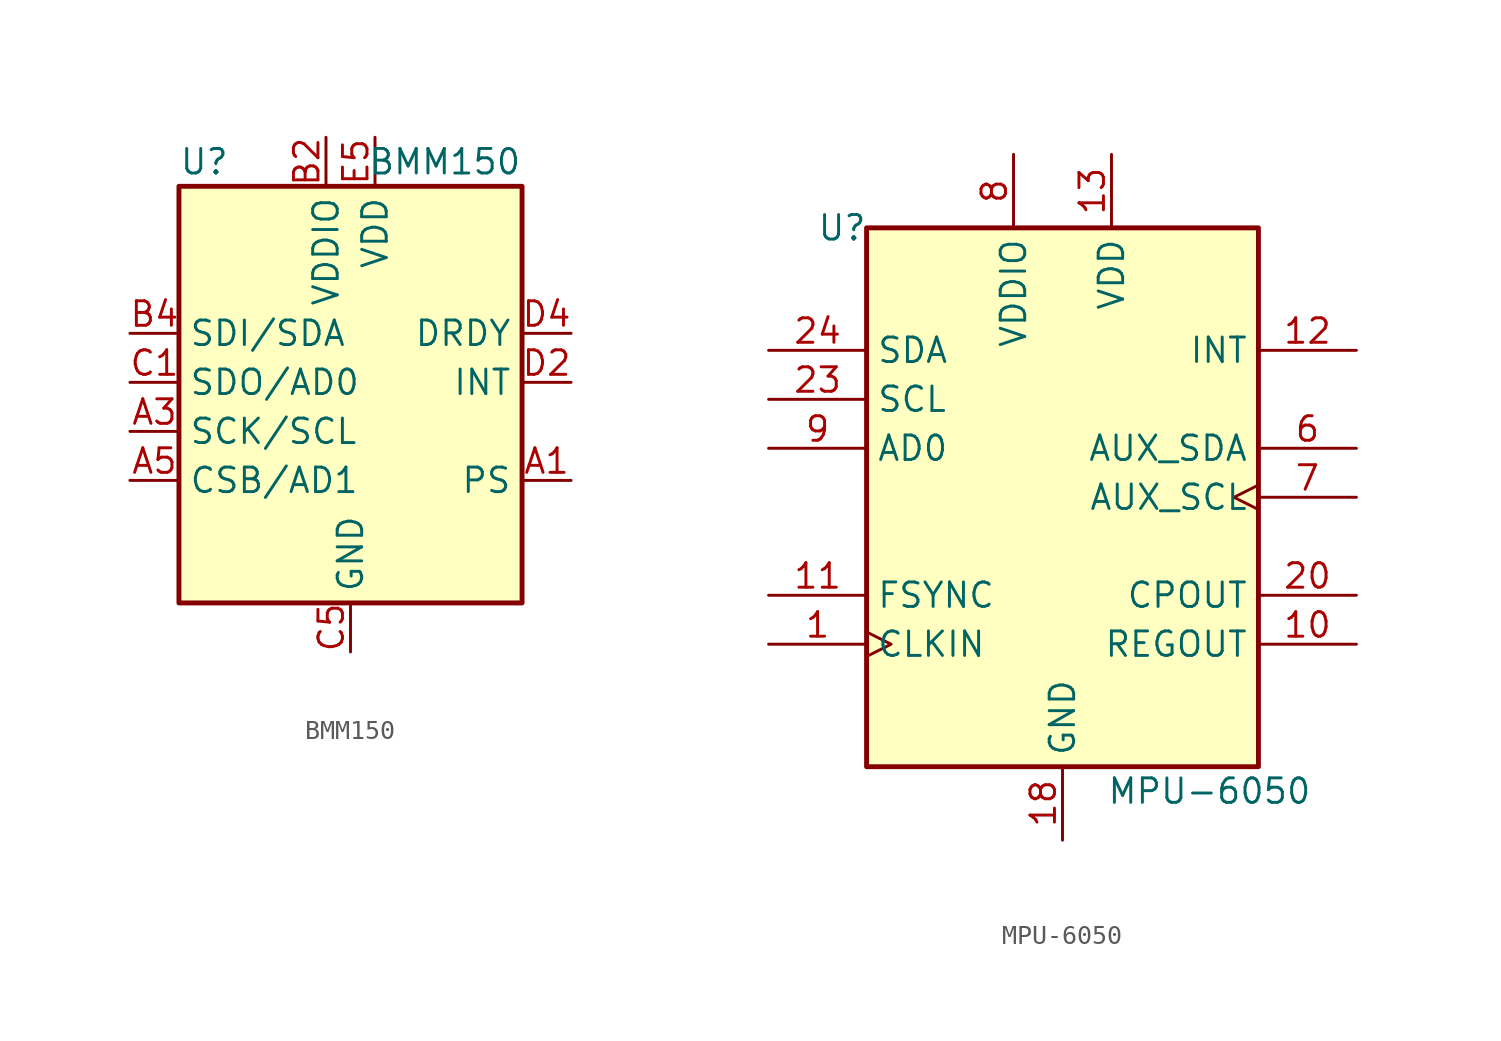
<source format=kicad_sym>
(kicad_symbol_lib
  (version 20211014)
  (generator kicad_symbol_editor)
  (symbol "BMM150"
    (property "Reference" "U"
      (at -8.89 6.35 0)
      (effects (font (size 1.27 1.27)) (justify left)))
    (property "Value" "BMM150"
      (at 8.89 6.35 0)
      (effects (font (size 1.27 1.27)) (justify right)))
    (symbol "BMM150_0_1"
      (rectangle (start -8.89 5.08) (end 8.89 -16.51) (stroke (width 0.254) (type default) (color 0 0 0 0)) (fill (type background))))
    (symbol "BMM150_1_1"
      (pin input line (at 11.43 -10.16 180) (length 2.54) (name "PS" (effects (font (size 1.27 1.27)))) (number "A1" (effects (font (size 1.27 1.27)))))
      (pin bidirectional line (at -11.43 -7.62 0) (length 2.54) (name "SCK/SCL" (effects (font (size 1.27 1.27)))) (number "A3" (effects (font (size 1.27 1.27)))))
      (pin input line (at -11.43 -10.16 0) (length 2.54) (name "CSB/AD1" (effects (font (size 1.27 1.27)))) (number "A5" (effects (font (size 1.27 1.27)))))
      (pin power_in line (at -1.27 7.62 270) (length 2.54) (name "VDDIO" (effects (font (size 1.27 1.27)))) (number "B2" (effects (font (size 1.27 1.27)))))
      (pin bidirectional line (at -11.43 -2.54 0) (length 2.54) (name "SDI/SDA" (effects (font (size 1.27 1.27)))) (number "B4" (effects (font (size 1.27 1.27)))))
      (pin bidirectional line (at -11.43 -5.08 0) (length 2.54) (name "SDO/AD0" (effects (font (size 1.27 1.27)))) (number "C1" (effects (font (size 1.27 1.27)))))
      (pin power_in line (at 0 -19.05 90) (length 2.54) (name "GND" (effects (font (size 1.27 1.27)))) (number "C5" (effects (font (size 1.27 1.27)))))
      (pin output line (at 11.43 -5.08 180) (length 2.54) (name "INT" (effects (font (size 1.27 1.27)))) (number "D2" (effects (font (size 1.27 1.27)))))
      (pin output line (at 11.43 -2.54 180) (length 2.54) (name "DRDY" (effects (font (size 1.27 1.27)))) (number "D4" (effects (font (size 1.27 1.27)))))
      (pin passive line (at 0 -19.05 90) (length 2.54) hide (name "GND" (effects (font (size 1.27 1.27)))) (number "E1" (effects (font (size 1.27 1.27)))))
      (pin passive line (at 0 -19.05 90) (length 2.54) hide (name "GND" (effects (font (size 1.27 1.27)))) (number "E3" (effects (font (size 1.27 1.27)))))
      (pin power_in line (at 1.27 7.62 270) (length 2.54) (name "VDD" (effects (font (size 1.27 1.27)))) (number "E5" (effects (font (size 1.27 1.27)))))))
  (symbol "MPU-6050"
    (property "Reference" "U"
      (at -11.43 13.97 0)
      (effects (font (size 1.27 1.27))))
    (property "Value" "MPU-6050"
      (at 7.62 -15.24 0)
      (effects (font (size 1.27 1.27))))
    (symbol "MPU-6050_0_0"
      (text "" (at 12.7 -2.54 0) (effects (font (size 1.27 1.27)))))
    (symbol "MPU-6050_0_1"
      (rectangle (start -10.16 13.97) (end 10.16 -13.97) (stroke (width 0.254) (type default) (color 0 0 0 0)) (fill (type background))))
    (symbol "MPU-6050_1_1"
      (pin input clock (at -15.24 -7.62 0) (length 5.08) (name "CLKIN" (effects (font (size 1.27 1.27)))) (number "1" (effects (font (size 1.27 1.27)))))
      (pin passive line (at 15.24 -7.62 180) (length 5.08) (name "REGOUT" (effects (font (size 1.27 1.27)))) (number "10" (effects (font (size 1.27 1.27)))))
      (pin input line (at -15.24 -5.08 0) (length 5.08) (name "FSYNC" (effects (font (size 1.27 1.27)))) (number "11" (effects (font (size 1.27 1.27)))))
      (pin output line (at 15.24 7.62 180) (length 5.08) (name "INT" (effects (font (size 1.27 1.27)))) (number "12" (effects (font (size 1.27 1.27)))))
      (pin power_in line (at 2.54 17.78 270) (length 3.81) (name "VDD" (effects (font (size 1.27 1.27)))) (number "13" (effects (font (size 1.27 1.27)))))
      (pin no_connect line (at -10.16 -10.16 0) (length 2.54) hide (name "NC" (effects (font (size 1.27 1.27)))) (number "14" (effects (font (size 1.27 1.27)))))
      (pin no_connect line (at 10.16 12.7 180) (length 2.54) hide (name "NC" (effects (font (size 1.27 1.27)))) (number "15" (effects (font (size 1.27 1.27)))))
      (pin no_connect line (at 10.16 10.16 180) (length 2.54) hide (name "NC" (effects (font (size 1.27 1.27)))) (number "16" (effects (font (size 1.27 1.27)))))
      (pin no_connect line (at 10.16 5.08 180) (length 2.54) hide (name "NC" (effects (font (size 1.27 1.27)))) (number "17" (effects (font (size 1.27 1.27)))))
      (pin power_in line (at 0 -17.78 90) (length 3.81) (name "GND" (effects (font (size 1.27 1.27)))) (number "18" (effects (font (size 1.27 1.27)))))
      (pin no_connect line (at 10.16 -10.16 180) (length 2.54) hide (name "NC" (effects (font (size 1.27 1.27)))) (number "19" (effects (font (size 1.27 1.27)))))
      (pin no_connect line (at -10.16 12.7 0) (length 2.54) hide (name "NC" (effects (font (size 1.27 1.27)))) (number "2" (effects (font (size 1.27 1.27)))))
      (pin passive line (at 15.24 -5.08 180) (length 5.08) (name "CPOUT" (effects (font (size 1.27 1.27)))) (number "20" (effects (font (size 1.27 1.27)))))
      (pin no_connect line (at 10.16 -2.54 180) (length 2.54) hide (name "NC" (effects (font (size 1.27 1.27)))) (number "21" (effects (font (size 1.27 1.27)))))
      (pin no_connect line (at 10.16 -12.7 180) (length 2.54) hide (name "NC" (effects (font (size 1.27 1.27)))) (number "22" (effects (font (size 1.27 1.27)))))
      (pin input line (at -15.24 5.08 0) (length 5.08) (name "SCL" (effects (font (size 1.27 1.27)))) (number "23" (effects (font (size 1.27 1.27)))))
      (pin bidirectional line (at -15.24 7.62 0) (length 5.08) (name "SDA" (effects (font (size 1.27 1.27)))) (number "24" (effects (font (size 1.27 1.27)))))
      (pin no_connect line (at -10.16 10.16 0) (length 2.54) hide (name "NC" (effects (font (size 1.27 1.27)))) (number "3" (effects (font (size 1.27 1.27)))))
      (pin no_connect line (at -10.16 0 0) (length 2.54) hide (name "NC" (effects (font (size 1.27 1.27)))) (number "4" (effects (font (size 1.27 1.27)))))
      (pin no_connect line (at -10.16 -2.54 0) (length 2.54) hide (name "NC" (effects (font (size 1.27 1.27)))) (number "5" (effects (font (size 1.27 1.27)))))
      (pin bidirectional line (at 15.24 2.54 180) (length 5.08) (name "AUX_SDA" (effects (font (size 1.27 1.27)))) (number "6" (effects (font (size 1.27 1.27)))))
      (pin output clock (at 15.24 0 180) (length 5.08) (name "AUX_SCL" (effects (font (size 1.27 1.27)))) (number "7" (effects (font (size 1.27 1.27)))))
      (pin power_in line (at -2.54 17.78 270) (length 3.81) (name "VDDIO" (effects (font (size 1.27 1.27)))) (number "8" (effects (font (size 1.27 1.27)))))
      (pin input line (at -15.24 2.54 0) (length 5.08) (name "AD0" (effects (font (size 1.27 1.27)))) (number "9" (effects (font (size 1.27 1.27))))))))
</source>
